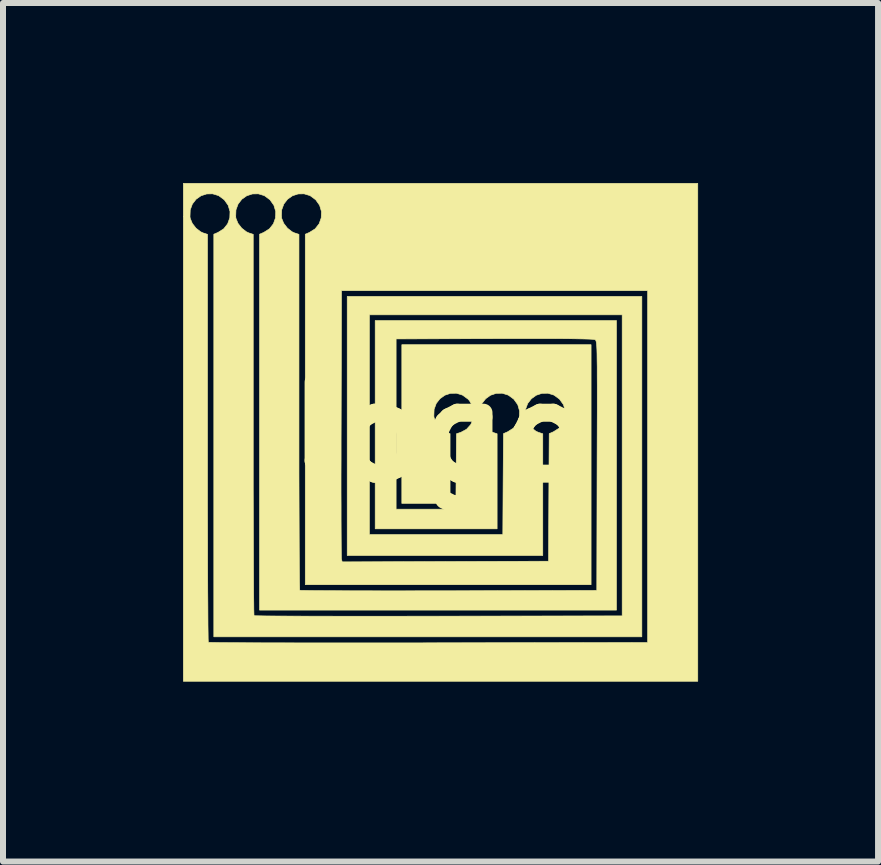
<source format=kicad_pcb>
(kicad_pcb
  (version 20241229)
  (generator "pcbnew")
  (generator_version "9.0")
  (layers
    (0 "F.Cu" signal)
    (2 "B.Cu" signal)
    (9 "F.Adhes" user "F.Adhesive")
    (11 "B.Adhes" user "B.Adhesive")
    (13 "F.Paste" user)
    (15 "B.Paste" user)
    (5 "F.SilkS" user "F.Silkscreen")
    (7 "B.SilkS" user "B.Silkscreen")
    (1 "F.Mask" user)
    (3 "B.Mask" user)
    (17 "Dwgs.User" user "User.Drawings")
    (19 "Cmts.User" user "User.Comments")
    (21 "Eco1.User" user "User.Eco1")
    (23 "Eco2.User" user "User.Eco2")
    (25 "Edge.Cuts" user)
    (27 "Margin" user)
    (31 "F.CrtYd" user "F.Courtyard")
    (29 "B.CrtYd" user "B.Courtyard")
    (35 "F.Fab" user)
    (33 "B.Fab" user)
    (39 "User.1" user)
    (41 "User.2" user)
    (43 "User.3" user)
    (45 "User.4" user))
  (footprint "logo"
    (layer "F.Cu")
    (at 4.281 4.154)
    (property "Reference" "logo" (at 0 0 0) (layer "F.SilkS") (effects (font (size 1.524 1.524) (thickness 0.3))))
    (attr through_hole)
    (fp_poly (pts (xy 4.297 4.149) (xy -4.276 4.149) (xy -4.276 -3.592) (xy -4.165 -3.592) (xy -4.161 -3.566) (xy -4.127 -3.482) (xy -4.065 -3.402) (xy -3.988 -3.342) (xy -3.947 -3.323) (xy -3.873 -3.299) (xy -3.873 0.093) (xy -3.873 0.469) (xy -3.873 0.833) (xy -3.873 1.184) (xy -3.872 1.518) (xy -3.871 1.834) (xy -3.871 2.13) (xy -3.87 2.403) (xy -3.869 2.651) (xy -3.867 2.872) (xy -3.866 3.063) (xy -3.865 3.223) (xy -3.863 3.348) (xy -3.862 3.437) (xy -3.86 3.488) (xy -3.859 3.5) (xy -3.837 3.501) (xy -3.774 3.502) (xy -3.674 3.504) (xy -3.538 3.505) (xy -3.368 3.506) (xy -3.166 3.507) (xy -2.935 3.508) (xy -2.677 3.508) (xy -2.394 3.509) (xy -2.089 3.509) (xy -1.762 3.509) (xy -1.417 3.509) (xy -1.056 3.509) (xy -0.681 3.509) (xy -0.294 3.509) (xy -0.192 3.508) (xy 3.461 3.503) (xy 3.461 -2.36) (xy -1.64 -2.36) (xy -1.646 -0.148) (xy -1.647 0.155) (xy -1.647 0.447) (xy -1.648 0.725) (xy -1.648 0.985) (xy -1.647 1.226) (xy -1.647 1.444) (xy -1.646 1.636) (xy -1.645 1.799) (xy -1.644 1.932) (xy -1.643 2.03) (xy -1.642 2.091) (xy -1.641 2.111) (xy -1.629 2.159) (xy 1.81 2.148) (xy 1.815 1.085) (xy 1.821 0.022) (xy 1.89 -0.008) (xy 1.985 -0.068) (xy 2.051 -0.152) (xy 2.086 -0.251) (xy 2.089 -0.356) (xy 2.059 -0.46) (xy 1.993 -0.552) (xy 1.992 -0.553) (xy 1.9 -0.62) (xy 1.8 -0.651) (xy 1.7 -0.649) (xy 1.606 -0.618) (xy 1.525 -0.56) (xy 1.463 -0.481) (xy 1.427 -0.383) (xy 1.423 -0.269) (xy 1.427 -0.243) (xy 1.461 -0.159) (xy 1.523 -0.079) (xy 1.6 -0.018) (xy 1.641 0.000349) (xy 1.714 0.024) (xy 1.714 2.053) (xy -1.545 2.053) (xy -1.545 -2.265) (xy 3.365 -2.265) (xy 3.365 3.408) (xy -3.768 3.408) (xy -3.768 -3.301) (xy -3.698 -3.331) (xy -3.603 -3.391) (xy -3.537 -3.475) (xy -3.502 -3.574) (xy -3.501 -3.592) (xy -3.403 -3.592) (xy -3.399 -3.566) (xy -3.365 -3.482) (xy -3.303 -3.402) (xy -3.226 -3.342) (xy -3.185 -3.323) (xy -3.111 -3.299) (xy -3.111 -0.129) (xy -3.111 0.234) (xy -3.111 0.586) (xy -3.111 0.923) (xy -3.11 1.245) (xy -3.109 1.547) (xy -3.108 1.829) (xy -3.107 2.088) (xy -3.106 2.321) (xy -3.105 2.527) (xy -3.104 2.702) (xy -3.102 2.844) (xy -3.101 2.952) (xy -3.099 3.023) (xy -3.098 3.054) (xy -3.097 3.055) (xy -3.075 3.057) (xy -3.012 3.058) (xy -2.912 3.06) (xy -2.777 3.061) (xy -2.609 3.062) (xy -2.411 3.063) (xy -2.184 3.064) (xy -1.932 3.064) (xy -1.656 3.065) (xy -1.359 3.065) (xy -1.044 3.065) (xy -0.712 3.065) (xy -0.367 3.064) (xy -0.023 3.064) (xy 3.037 3.059) (xy 3.037 -1.958) (xy -1.175 -1.958) (xy -1.175 1.704) (xy 1.048 1.704) (xy 1.053 0.863) (xy 1.059 0.022) (xy 1.128 -0.008) (xy 1.223 -0.068) (xy 1.289 -0.152) (xy 1.324 -0.251) (xy 1.327 -0.356) (xy 1.297 -0.46) (xy 1.231 -0.552) (xy 1.23 -0.553) (xy 1.138 -0.62) (xy 1.038 -0.651) (xy 0.938 -0.649) (xy 0.844 -0.618) (xy 0.763 -0.56) (xy 0.701 -0.481) (xy 0.665 -0.383) (xy 0.661 -0.269) (xy 0.665 -0.243) (xy 0.699 -0.159) (xy 0.761 -0.079) (xy 0.838 -0.018) (xy 0.879 0.000349) (xy 0.953 0.024) (xy 0.953 1.609) (xy -1.079 1.609) (xy -1.079 -1.863) (xy 2.942 -1.863) (xy 2.942 2.963) (xy -3.006 2.963) (xy -3.006 -0.169) (xy -3.006 -3.301) (xy -2.936 -3.331) (xy -2.841 -3.391) (xy -2.775 -3.475) (xy -2.74 -3.574) (xy -2.739 -3.592) (xy -2.641 -3.592) (xy -2.637 -3.566) (xy -2.603 -3.482) (xy -2.541 -3.402) (xy -2.464 -3.342) (xy -2.423 -3.323) (xy -2.349 -3.299) (xy -2.349 -0.341) (xy -2.349 0.01) (xy -2.349 0.349) (xy -2.349 0.674) (xy -2.348 0.982) (xy -2.347 1.272) (xy -2.346 1.54) (xy -2.345 1.785) (xy -2.344 2.003) (xy -2.343 2.193) (xy -2.341 2.352) (xy -2.34 2.478) (xy -2.338 2.568) (xy -2.337 2.619) (xy -2.335 2.632) (xy -2.313 2.634) (xy -2.25 2.635) (xy -2.151 2.637) (xy -2.017 2.638) (xy -1.852 2.639) (xy -1.657 2.64) (xy -1.436 2.641) (xy -1.191 2.641) (xy -0.925 2.642) (xy -0.641 2.642) (xy -0.34 2.641) (xy -0.027 2.641) (xy 0.146 2.641) (xy 2.614 2.635) (xy 2.619 0.556) (xy 2.62 0.214) (xy 2.621 -0.089) (xy 2.622 -0.355) (xy 2.622 -0.585) (xy 2.622 -0.783) (xy 2.621 -0.952) (xy 2.621 -1.093) (xy 2.619 -1.209) (xy 2.618 -1.303) (xy 2.616 -1.376) (xy 2.613 -1.433) (xy 2.61 -1.474) (xy 2.606 -1.503) (xy 2.601 -1.522) (xy 2.596 -1.534) (xy 2.589 -1.541) (xy 2.584 -1.544) (xy 2.555 -1.549) (xy 2.487 -1.553) (xy 2.379 -1.556) (xy 2.232 -1.559) (xy 2.044 -1.561) (xy 1.816 -1.562) (xy 1.546 -1.562) (xy 1.235 -1.562) (xy 0.906 -1.561) (xy -0.73 -1.556) (xy -0.73 1.281) (xy 0.265 1.281) (xy 0.276 0.024) (xy 0.349 0.000246) (xy 0.444 -0.051) (xy 0.514 -0.129) (xy 0.555 -0.224) (xy 0.566 -0.328) (xy 0.546 -0.431) (xy 0.492 -0.527) (xy 0.468 -0.553) (xy 0.376 -0.62) (xy 0.276 -0.651) (xy 0.176 -0.649) (xy 0.082 -0.618) (xy 0.001 -0.56) (xy -0.061 -0.481) (xy -0.097 -0.383) (xy -0.101 -0.27) (xy -0.097 -0.244) (xy -0.062 -0.156) (xy 0.002 -0.074) (xy 0.083 -0.015) (xy 0.1 -0.007) (xy 0.169 0.022) (xy 0.169 1.185) (xy -0.635 1.185) (xy -0.635 -1.46) (xy 2.519 -1.46) (xy 2.519 2.54) (xy -2.244 2.54) (xy -2.244 -0.381) (xy -2.244 -3.301) (xy -2.174 -3.331) (xy -2.079 -3.391) (xy -2.013 -3.475) (xy -1.978 -3.574) (xy -1.974 -3.679) (xy -2.005 -3.783) (xy -2.071 -3.876) (xy -2.072 -3.876) (xy -2.164 -3.944) (xy -2.264 -3.974) (xy -2.364 -3.972) (xy -2.458 -3.941) (xy -2.539 -3.884) (xy -2.601 -3.804) (xy -2.637 -3.706) (xy -2.641 -3.592) (xy -2.739 -3.592) (xy -2.736 -3.679) (xy -2.767 -3.783) (xy -2.833 -3.876) (xy -2.834 -3.876) (xy -2.926 -3.944) (xy -3.026 -3.974) (xy -3.126 -3.972) (xy -3.22 -3.941) (xy -3.301 -3.884) (xy -3.363 -3.804) (xy -3.399 -3.706) (xy -3.403 -3.592) (xy -3.501 -3.592) (xy -3.498 -3.679) (xy -3.529 -3.783) (xy -3.595 -3.876) (xy -3.596 -3.876) (xy -3.688 -3.944) (xy -3.788 -3.974) (xy -3.888 -3.972) (xy -3.982 -3.941) (xy -4.063 -3.884) (xy -4.125 -3.804) (xy -4.161 -3.706) (xy -4.165 -3.592) (xy -4.276 -3.592) (xy -4.276 -4.149) (xy 4.297 -4.149) (xy 4.297 4.149)) (stroke (width 0.01) (type solid)) (fill yes) (layer "F.SilkS")))
  (gr_rect
    (start -3 -3)
    (end 11.582 11.307)
    (stroke (width 0.1) (type default))
    (fill no)
    (layer "Edge.Cuts")))
</source>
